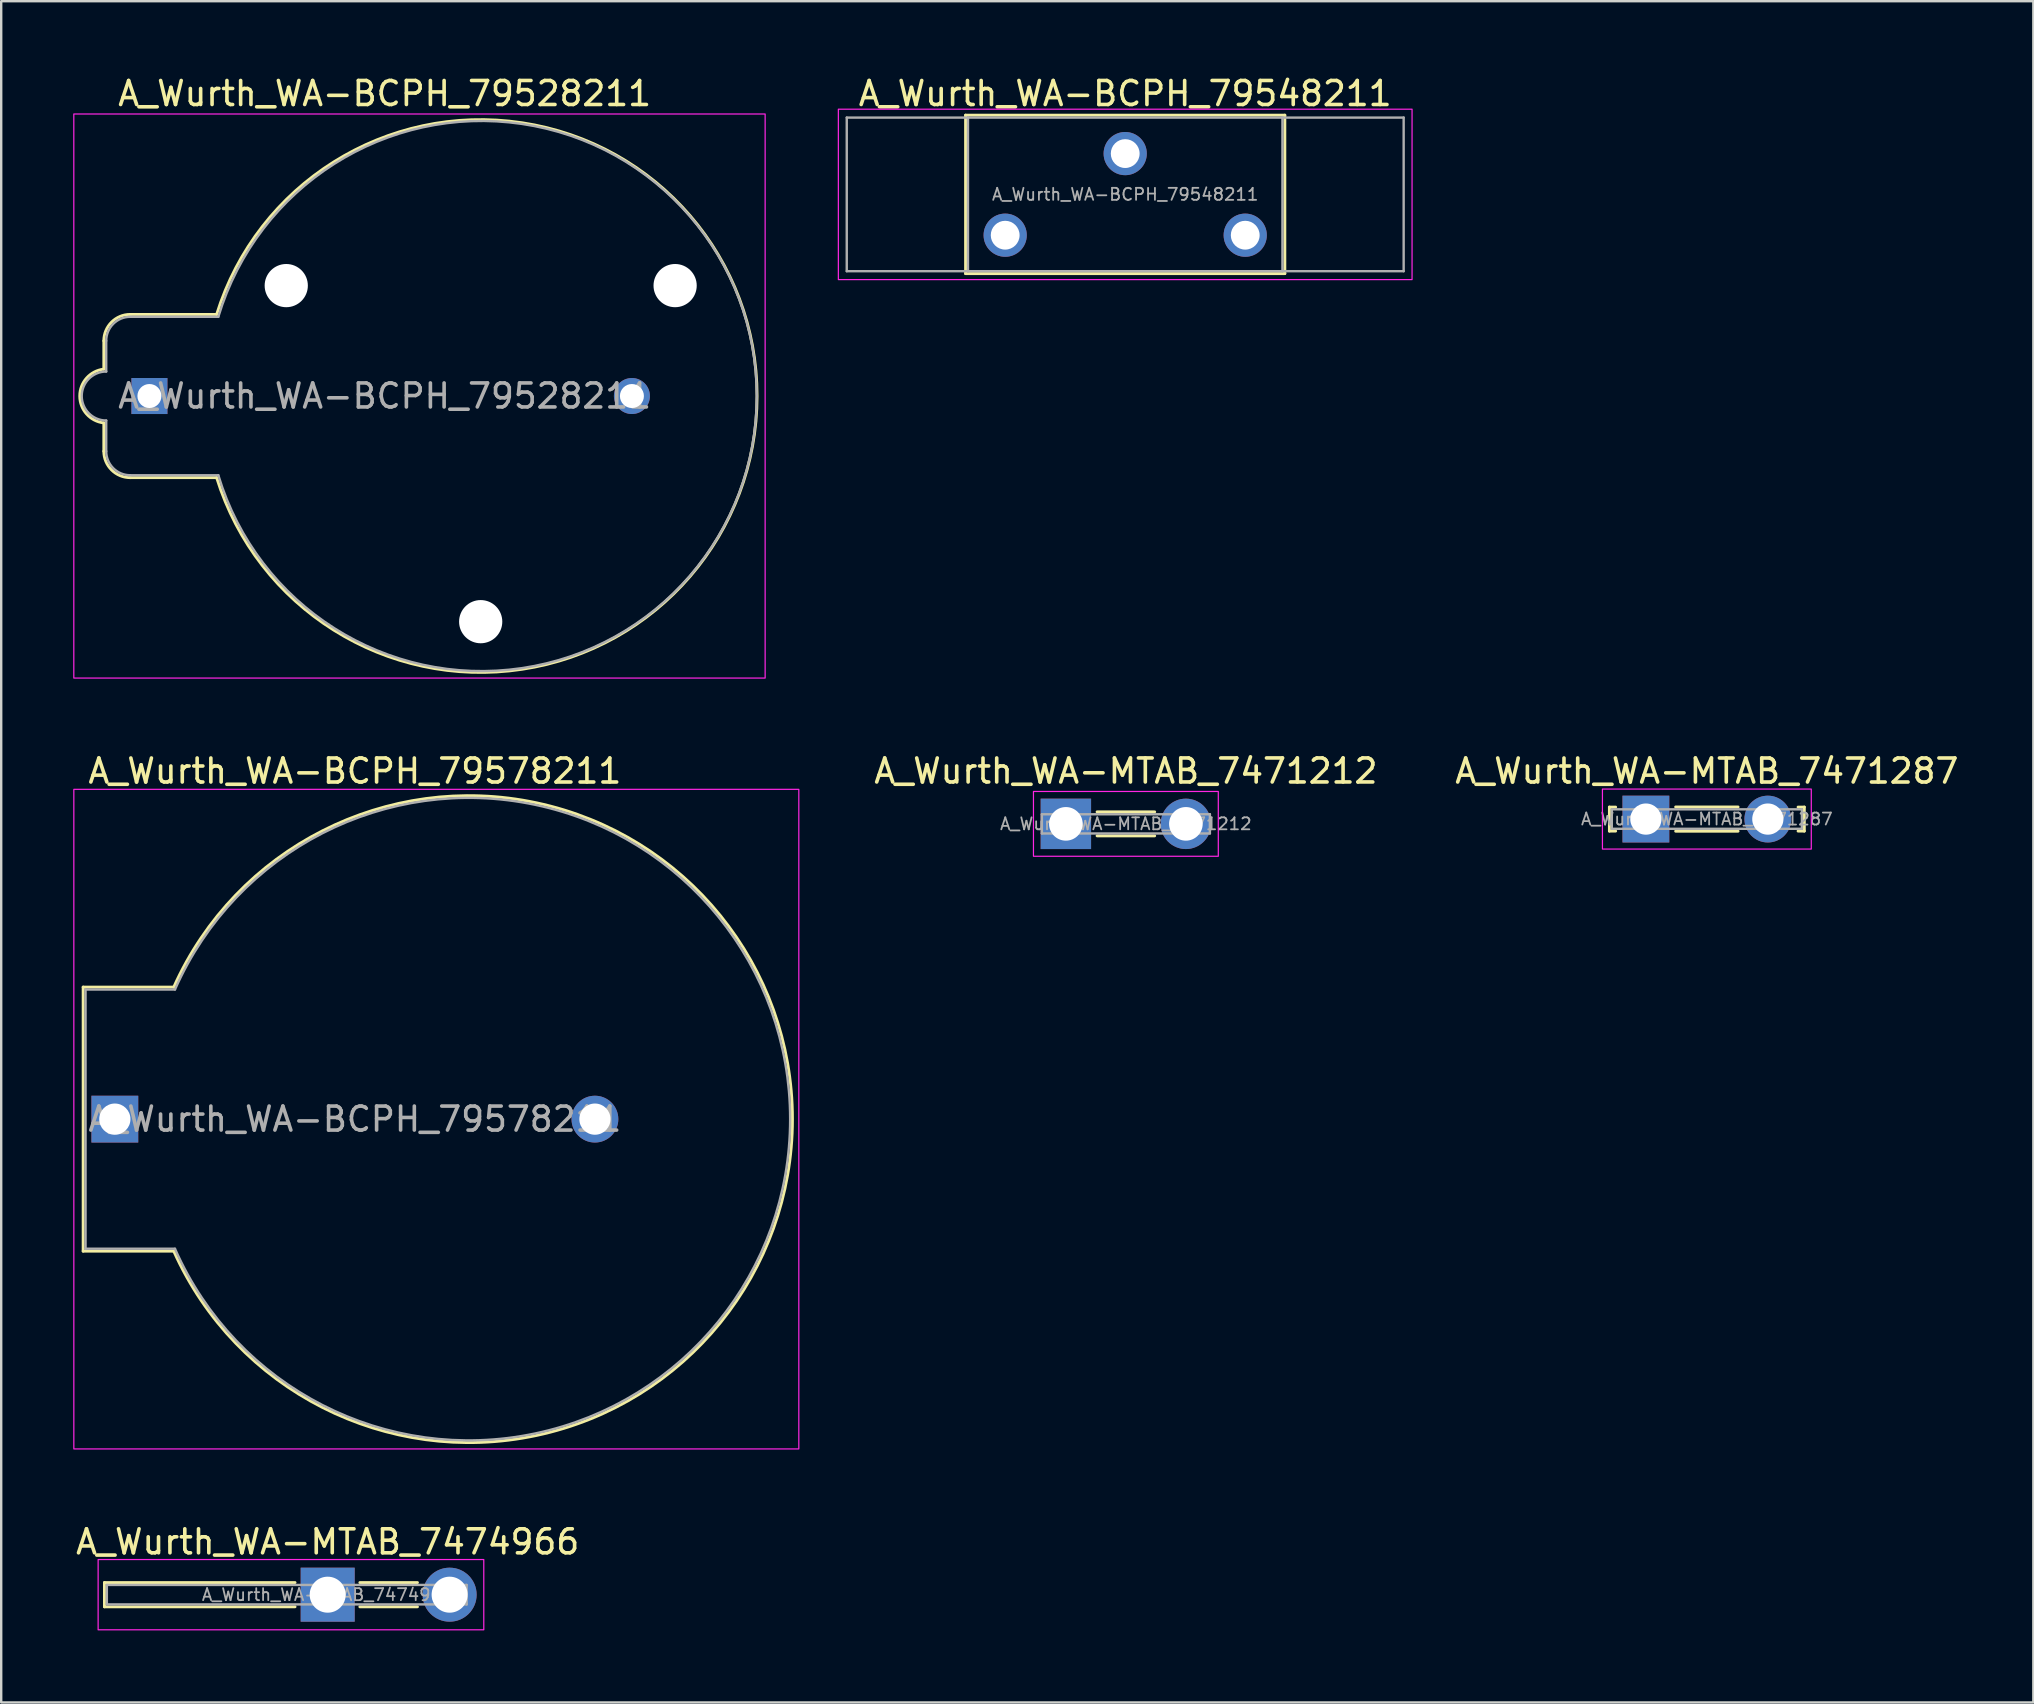
<source format=kicad_pcb>
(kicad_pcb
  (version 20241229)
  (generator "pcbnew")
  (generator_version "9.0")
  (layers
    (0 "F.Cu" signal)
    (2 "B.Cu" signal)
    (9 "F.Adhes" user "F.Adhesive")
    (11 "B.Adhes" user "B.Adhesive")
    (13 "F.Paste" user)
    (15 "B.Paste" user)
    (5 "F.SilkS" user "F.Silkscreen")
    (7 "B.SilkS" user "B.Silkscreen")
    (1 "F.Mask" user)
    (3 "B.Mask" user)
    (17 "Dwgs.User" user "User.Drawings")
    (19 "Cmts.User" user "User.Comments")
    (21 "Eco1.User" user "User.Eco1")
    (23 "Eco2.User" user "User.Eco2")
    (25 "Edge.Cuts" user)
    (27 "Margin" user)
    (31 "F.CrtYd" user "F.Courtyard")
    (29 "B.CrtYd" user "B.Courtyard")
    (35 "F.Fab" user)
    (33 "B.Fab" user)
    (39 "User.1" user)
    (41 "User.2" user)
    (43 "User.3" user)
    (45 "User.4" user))
  (footprint "A_Wurth_WA-BCPH_79578211"
    (layer "F.Cu")
    (at 1.734 43.572)
    (property "Reference" "A_Wurth_WA-BCPH_79578211" (at 10 -14.5 0) (unlocked yes) (layer "F.SilkS") (effects (font (size 1 1) (thickness 0.15))))
    (attr through_hole)
    (fp_line (start -1.32 -5.5) (end -1.32 5.5) (stroke (width 0.12) (type solid)) (layer "F.SilkS"))
    (fp_line (start -1.32 5.5) (end 2.455 5.5) (stroke (width 0.12) (type solid)) (layer "F.SilkS"))
    (fp_line (start 2.455 -5.5) (end -1.32 -5.5) (stroke (width 0.12) (type solid)) (layer "F.SilkS"))
    (fp_arc (start 2.455 -5.5) (mid 28.228758 0) (end 2.455 5.5) (stroke (width 0.12) (type solid)) (layer "F.SilkS"))
    (fp_rect (start -1.708 -13.739) (end 28.494 13.739) (stroke (width 0.05) (type default)) (fill no) (layer "F.CrtYd"))
    (fp_line (start -1.22 -5.4) (end 2.505 -5.4) (stroke (width 0.1) (type solid)) (layer "F.Fab"))
    (fp_line (start -1.22 5.4) (end -1.22 -5.4) (stroke (width 0.1) (type solid)) (layer "F.Fab"))
    (fp_line (start -1.22 5.4) (end 2.505 5.4) (stroke (width 0.1) (type solid)) (layer "F.Fab"))
    (fp_arc (start 2.505 -5.4) (mid 28.132828 0) (end 2.505 5.400001) (stroke (width 0.1) (type solid)) (layer "F.Fab"))
    (fp_text user "${REFERENCE}" (at 10 0 0) (unlocked yes) (layer "F.Fab") (effects (font (size 1 1) (thickness 0.15))))
    (pad "+" thru_hole rect (at 0 0 180) (size 1.95 1.95) (drill 1.3) (layers "*.Cu" "*.Mask"))
    (pad "-" thru_hole circle (at 20 0 180) (size 1.95 1.95) (drill 1.3) (layers "*.Cu" "*.Mask")))
  (footprint "A_Wurth_WA-MTAB_7471287"
    (layer "F.Cu")
    (at 65.516 31.072)
    (property "Reference" "A_Wurth_WA-MTAB_7471287" (at 2.54 -2 0) (unlocked yes) (layer "F.SilkS") (effects (font (size 1 1) (thickness 0.15))))
    (attr through_hole)
    (fp_line (start -1.52 -0.5) (end -1.26 -0.5) (stroke (width 0.12) (type solid)) (layer "F.SilkS"))
    (fp_line (start -1.52 0.5) (end -1.52 -0.5) (stroke (width 0.12) (type solid)) (layer "F.SilkS"))
    (fp_line (start -1.26 0.5) (end -1.52 0.5) (stroke (width 0.12) (type solid)) (layer "F.SilkS"))
    (fp_line (start 1.24 -0.505) (end 3.84 -0.505) (stroke (width 0.12) (type solid)) (layer "F.SilkS"))
    (fp_line (start 3.84 0.505) (end 1.24 0.505) (stroke (width 0.12) (type solid)) (layer "F.SilkS"))
    (fp_line (start 6.34 -0.5) (end 6.6 -0.5) (stroke (width 0.12) (type solid)) (layer "F.SilkS"))
    (fp_line (start 6.6 -0.5) (end 6.6 0.5) (stroke (width 0.12) (type solid)) (layer "F.SilkS"))
    (fp_line (start 6.6 0.5) (end 6.34 0.5) (stroke (width 0.12) (type solid)) (layer "F.SilkS"))
    (fp_rect (start -1.81 -1.25) (end 6.89 1.25) (stroke (width 0.05) (type default)) (fill no) (layer "F.CrtYd"))
    (fp_line (start -1.42 -0.405) (end -1.42 0.405) (stroke (width 0.1) (type solid)) (layer "F.Fab"))
    (fp_line (start -1.42 0.405) (end 6.5 0.405) (stroke (width 0.1) (type solid)) (layer "F.Fab"))
    (fp_line (start 6.5 -0.405) (end -1.42 -0.405) (stroke (width 0.1) (type solid)) (layer "F.Fab"))
    (fp_line (start 6.5 -0.405) (end 6.5 0.405) (stroke (width 0.1) (type solid)) (layer "F.Fab"))
    (fp_text user "${REFERENCE}" (at 2.54 0 0) (unlocked yes) (layer "F.Fab") (effects (font (size 0.5 0.5) (thickness 0.075))))
    (pad "1" thru_hole rect (at 0 0) (size 1.95 1.95) (drill 1.3) (layers "*.Cu" "*.Mask"))
    (pad "1" thru_hole circle (at 5.08 0) (size 1.95 1.95) (drill 1.3) (layers "*.Cu" "*.Mask")))
  (footprint "A_Wurth_WA-MTAB_7471212"
    (layer "F.Cu")
    (at 41.353 31.271)
    (property "Reference" "A_Wurth_WA-MTAB_7471212" (at 2.5 -2.2 0) (unlocked yes) (layer "F.SilkS") (effects (font (size 1 1) (thickness 0.15))))
    (attr through_hole)
    (fp_line (start 1.3 -0.5) (end 3.7 -0.5) (stroke (width 0.12) (type solid)) (layer "F.SilkS"))
    (fp_line (start 1.3 0.5) (end 3.7 0.5) (stroke (width 0.12) (type solid)) (layer "F.SilkS"))
    (fp_rect (start -1.35 -1.35) (end 6.35 1.35) (stroke (width 0.05) (type default)) (fill no) (layer "F.CrtYd"))
    (fp_line (start -1 -0.4) (end -1 0.4) (stroke (width 0.1) (type solid)) (layer "F.Fab"))
    (fp_line (start -1 -0.4) (end 6 -0.4) (stroke (width 0.1) (type solid)) (layer "F.Fab"))
    (fp_line (start 6 -0.4) (end 6 0.4) (stroke (width 0.1) (type solid)) (layer "F.Fab"))
    (fp_line (start 6 0.4) (end -1 0.4) (stroke (width 0.1) (type solid)) (layer "F.Fab"))
    (fp_text user "${REFERENCE}" (at 2.5 0 0) (unlocked yes) (layer "F.Fab") (effects (font (size 0.5 0.5) (thickness 0.075))))
    (pad "1" thru_hole rect (at 0 0) (size 2.1 2.1) (drill 1.4) (layers "*.Cu" "*.Mask"))
    (pad "1" thru_hole circle (at 5 0) (size 2.1 2.1) (drill 1.4) (layers "*.Cu" "*.Mask")))
  (footprint "A_Wurth_WA-BCPH_79548211"
    (layer "F.Cu")
    (at 43.825 5.048)
    (property "Reference" "A_Wurth_WA-BCPH_79548211" (at 0 -4.2 0) (unlocked yes) (layer "F.SilkS") (effects (font (size 1 1) (thickness 0.15))))
    (attr through_hole)
    (fp_line (start -6.65 -3.3) (end 6.65 -3.3) (stroke (width 0.12) (type solid)) (layer "F.SilkS"))
    (fp_line (start -6.65 3.3) (end -6.65 -3.3) (stroke (width 0.12) (type solid)) (layer "F.SilkS"))
    (fp_line (start 6.65 -3.3) (end 6.65 3.3) (stroke (width 0.12) (type solid)) (layer "F.SilkS"))
    (fp_line (start 6.65 3.3) (end -6.65 3.3) (stroke (width 0.12) (type solid)) (layer "F.SilkS"))
    (fp_rect (start -11.95 -3.55) (end 11.95 3.55) (stroke (width 0.05) (type default)) (fill no) (layer "F.CrtYd"))
    (fp_line (start -11.6 -3.2) (end -11.6 3.2) (stroke (width 0.1) (type solid)) (layer "F.Fab"))
    (fp_line (start -11.6 -3.2) (end -6.55 -3.2) (stroke (width 0.1) (type solid)) (layer "F.Fab"))
    (fp_line (start -11.6 3.2) (end -6.55 3.2) (stroke (width 0.1) (type solid)) (layer "F.Fab"))
    (fp_line (start -6.55 -3.2) (end -6.55 3.2) (stroke (width 0.1) (type solid)) (layer "F.Fab"))
    (fp_line (start -6.55 3.2) (end 6.55 3.2) (stroke (width 0.1) (type solid)) (layer "F.Fab"))
    (fp_line (start 6.55 -3.2) (end -6.55 -3.2) (stroke (width 0.1) (type solid)) (layer "F.Fab"))
    (fp_line (start 6.55 -3.2) (end 11.6 -3.2) (stroke (width 0.1) (type solid)) (layer "F.Fab"))
    (fp_line (start 6.55 3.2) (end 6.55 -3.2) (stroke (width 0.1) (type solid)) (layer "F.Fab"))
    (fp_line (start 6.55 3.2) (end 11.6 3.2) (stroke (width 0.1) (type solid)) (layer "F.Fab"))
    (fp_line (start 11.6 -3.2) (end 11.6 3.2) (stroke (width 0.1) (type solid)) (layer "F.Fab"))
    (fp_text user "${REFERENCE}" (at 0 0 0) (unlocked yes) (layer "F.Fab") (effects (font (size 0.5 0.5) (thickness 0.075))))
    (pad "+" thru_hole circle (at -5 1.7) (size 1.8 1.8) (drill 1.2) (layers "*.Cu" "*.Mask"))
    (pad "+" thru_hole circle (at 5 1.7) (size 1.8 1.8) (drill 1.2) (layers "*.Cu" "*.Mask"))
    (pad "-" thru_hole circle (at 0 -1.7) (size 1.8 1.8) (drill 1.2) (layers "*.Cu" "*.Mask")))
  (footprint "A_Wurth_WA-BCPH_79528211"
    (layer "F.Cu")
    (at 3.175 13.448)
    (property "Reference" "A_Wurth_WA-BCPH_79528211" (at 9.8 -12.6 0) (unlocked yes) (layer "F.SilkS") (effects (font (size 1 1) (thickness 0.15))))
    (attr through_hole)
    (fp_line (start -1.9 -1.12) (end -1.9 -2.3) (stroke (width 0.12) (type solid)) (layer "F.SilkS"))
    (fp_line (start -1.9 2.3) (end -1.9 1.12) (stroke (width 0.12) (type solid)) (layer "F.SilkS"))
    (fp_line (start 2.8 -3.4) (end -0.8 -3.4) (stroke (width 0.12) (type solid)) (layer "F.SilkS"))
    (fp_line (start 2.8 3.4) (end -0.8 3.4) (stroke (width 0.12) (type solid)) (layer "F.SilkS"))
    (fp_arc (start -1.9 -2.3) (mid -1.577817 -3.077817) (end -0.8 -3.4) (stroke (width 0.12) (type solid)) (layer "F.SilkS"))
    (fp_arc (start -1.9 1.12) (mid -2.902784 -0.000001) (end -1.899998 -1.12) (stroke (width 0.12) (type solid)) (layer "F.SilkS"))
    (fp_arc (start -0.8 3.4) (mid -1.577817 3.077817) (end -1.9 2.3) (stroke (width 0.12) (type solid)) (layer "F.SilkS"))
    (fp_arc (start 2.8 -3.4) (mid 25.313568 0) (end 2.8 3.4) (stroke (width 0.12) (type solid)) (layer "F.SilkS"))
    (fp_rect (start -3.15 -11.75) (end 25.65 11.75) (stroke (width 0.05) (type default)) (fill no) (layer "F.CrtYd"))
    (fp_line (start -1.8 -1.02) (end -1.8 -2.3) (stroke (width 0.1) (type solid)) (layer "F.Fab"))
    (fp_line (start -1.8 1.02) (end -1.8 2.3) (stroke (width 0.1) (type solid)) (layer "F.Fab"))
    (fp_line (start -0.8 -3.3) (end 2.87 -3.3) (stroke (width 0.1) (type solid)) (layer "F.Fab"))
    (fp_line (start -0.8 3.3) (end 2.87 3.3) (stroke (width 0.1) (type solid)) (layer "F.Fab"))
    (fp_arc (start -1.8 -2.3) (mid -1.507107 -3.007107) (end -0.8 -3.3) (stroke (width 0.1) (type solid)) (layer "F.Fab"))
    (fp_arc (start -1.8 1.02) (mid -2.82 0) (end -1.8 -1.02) (stroke (width 0.1) (type solid)) (layer "F.Fab"))
    (fp_arc (start -0.8 3.3) (mid -1.507107 3.007107) (end -1.8 2.3) (stroke (width 0.1) (type solid)) (layer "F.Fab"))
    (fp_arc (start 2.87 -3.3) (mid 25.301976 0) (end 2.87 3.3) (stroke (width 0.1) (type solid)) (layer "F.Fab"))
    (fp_text user "${REFERENCE}" (at 9.8 0 0) (unlocked yes) (layer "F.Fab") (effects (font (size 1 1) (thickness 0.15))))
    (pad "" np_thru_hole circle (at 5.7 -4.6) (size 1.8 1.8) (drill 1.8) (layers "*.Cu" "*.Mask"))
    (pad "" np_thru_hole circle (at 13.8 9.4) (size 1.8 1.8) (drill 1.8) (layers "*.Cu" "*.Mask"))
    (pad "" np_thru_hole circle (at 21.9 -4.6) (size 1.8 1.8) (drill 1.8) (layers "*.Cu" "*.Mask"))
    (pad "+" thru_hole rect (at 0 0 90) (size 1.5 1.5) (drill 1) (layers "*.Cu" "*.Mask"))
    (pad "-" thru_hole circle (at 20.1 0) (size 1.5 1.5) (drill 1) (layers "*.Cu" "*.Mask")))
  (footprint "A_Wurth_WA-MTAB_7474966"
    (layer "F.Cu")
    (at 10.601 63.383)
    (property "Reference" "A_Wurth_WA-MTAB_7474966" (at 0 -2.2 0) (unlocked yes) (layer "F.SilkS") (effects (font (size 1 1) (thickness 0.15))))
    (attr through_hole)
    (fp_line (start -9.3 -0.505) (end -9.3 0.505) (stroke (width 0.12) (type solid)) (layer "F.SilkS"))
    (fp_line (start -9.3 0.505) (end -1.36 0.505) (stroke (width 0.12) (type solid)) (layer "F.SilkS"))
    (fp_line (start -1.36 -0.505) (end -9.3 -0.505) (stroke (width 0.12) (type solid)) (layer "F.SilkS"))
    (fp_line (start 1.34 -0.505) (end 3.74 -0.505) (stroke (width 0.12) (type solid)) (layer "F.SilkS"))
    (fp_line (start 1.34 0.505) (end 3.74 0.505) (stroke (width 0.12) (type solid)) (layer "F.SilkS"))
    (fp_rect (start -9.563 -1.464) (end 6.503 1.464) (stroke (width 0.05) (type default)) (fill no) (layer "F.CrtYd"))
    (fp_line (start -9.2 -0.405) (end -9.2 0.405) (stroke (width 0.1) (type solid)) (layer "F.Fab"))
    (fp_line (start -9.2 0.405) (end 5.79 0.405) (stroke (width 0.1) (type solid)) (layer "F.Fab"))
    (fp_line (start 5.79 -0.405) (end -9.2 -0.405) (stroke (width 0.1) (type solid)) (layer "F.Fab"))
    (fp_line (start 5.79 0.405) (end 5.79 -0.405) (stroke (width 0.1) (type solid)) (layer "F.Fab"))
    (fp_text user "${REFERENCE}" (at 0 0 0) (unlocked yes) (layer "F.Fab") (effects (font (size 0.5 0.5) (thickness 0.075))))
    (pad "1" thru_hole rect (at 0 0) (size 2.25 2.25) (drill 1.5) (layers "*.Cu" "*.Mask"))
    (pad "1" thru_hole circle (at 5.08 0) (size 2.25 2.25) (drill 1.5) (layers "*.Cu" "*.Mask")))
  (gr_rect
    (start -3 -3)
    (end 81.657 67.872)
    (stroke (width 0.1) (type default))
    (fill no)
    (layer "Edge.Cuts")))
</source>
